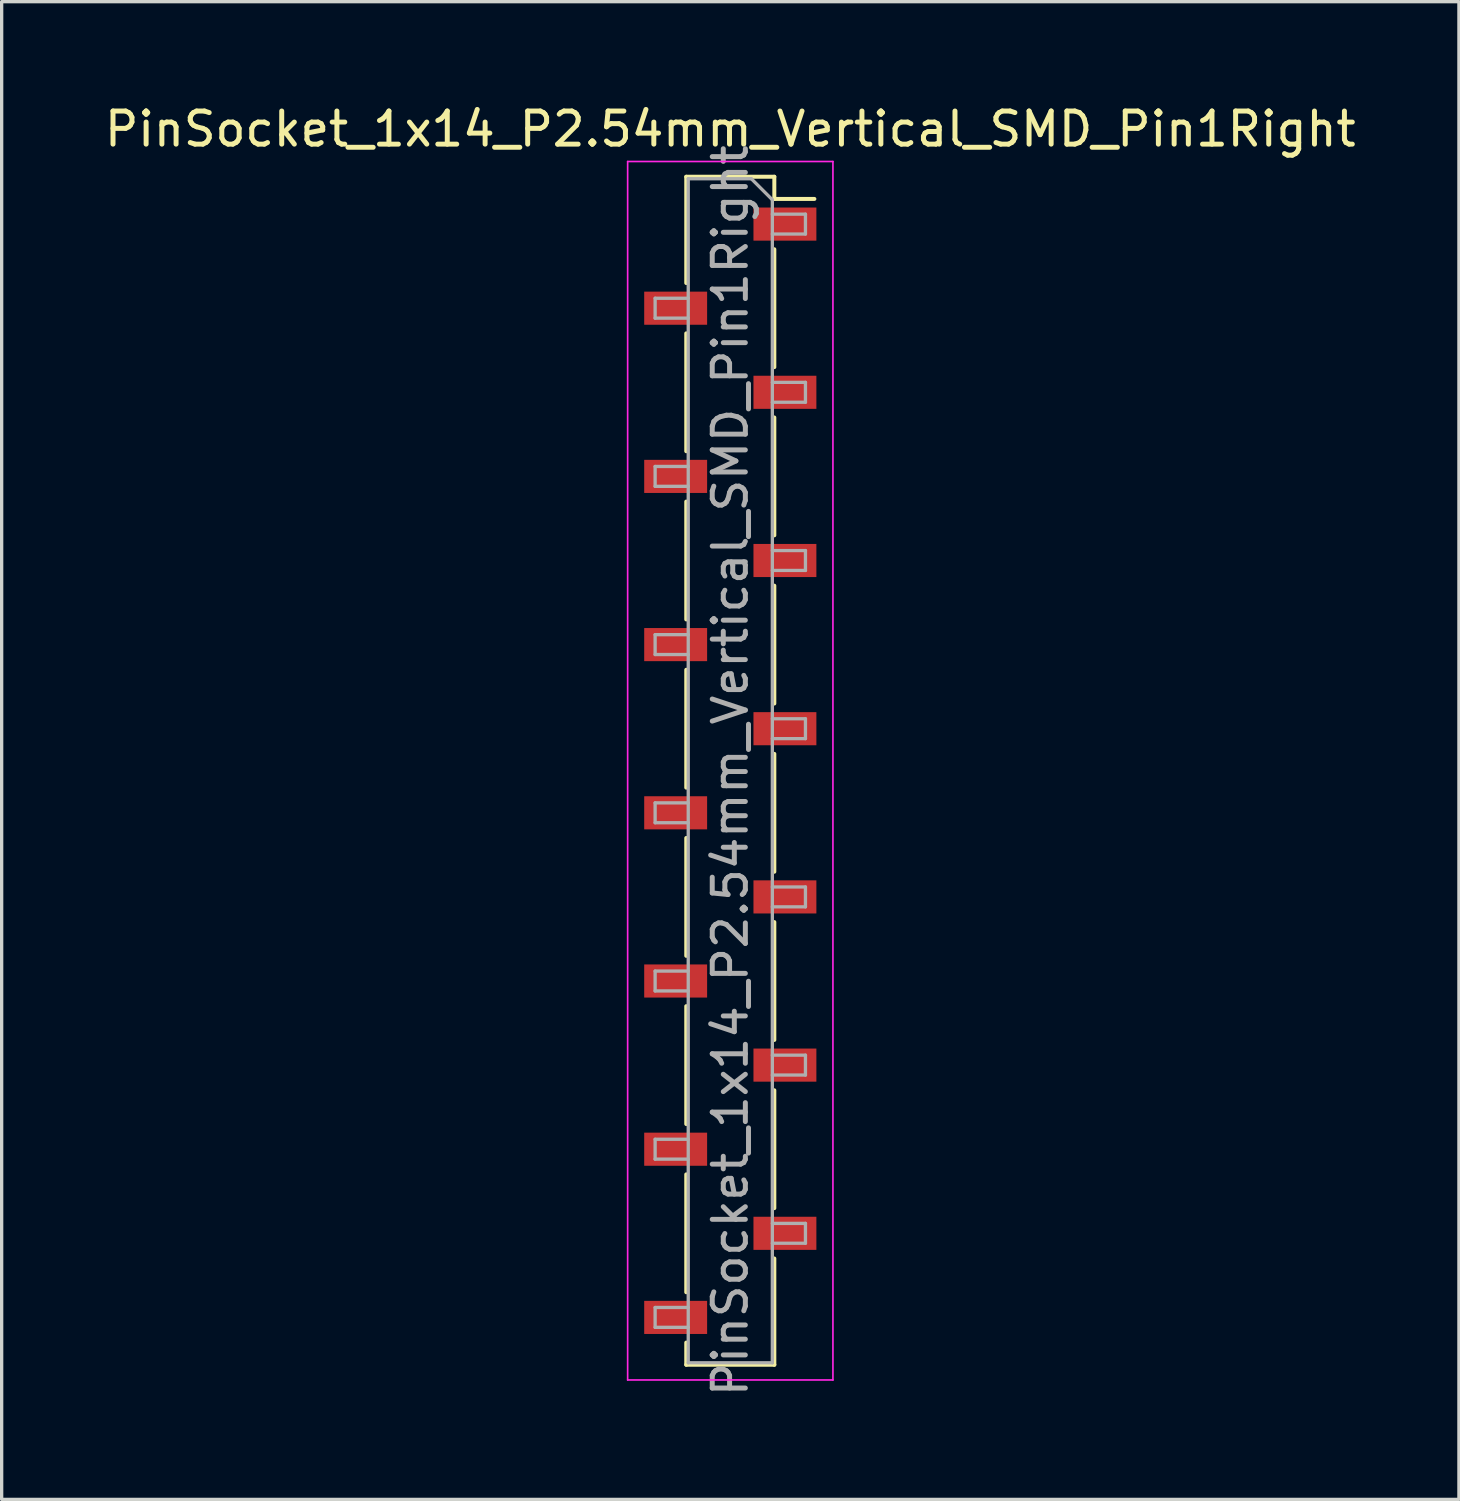
<source format=kicad_pcb>
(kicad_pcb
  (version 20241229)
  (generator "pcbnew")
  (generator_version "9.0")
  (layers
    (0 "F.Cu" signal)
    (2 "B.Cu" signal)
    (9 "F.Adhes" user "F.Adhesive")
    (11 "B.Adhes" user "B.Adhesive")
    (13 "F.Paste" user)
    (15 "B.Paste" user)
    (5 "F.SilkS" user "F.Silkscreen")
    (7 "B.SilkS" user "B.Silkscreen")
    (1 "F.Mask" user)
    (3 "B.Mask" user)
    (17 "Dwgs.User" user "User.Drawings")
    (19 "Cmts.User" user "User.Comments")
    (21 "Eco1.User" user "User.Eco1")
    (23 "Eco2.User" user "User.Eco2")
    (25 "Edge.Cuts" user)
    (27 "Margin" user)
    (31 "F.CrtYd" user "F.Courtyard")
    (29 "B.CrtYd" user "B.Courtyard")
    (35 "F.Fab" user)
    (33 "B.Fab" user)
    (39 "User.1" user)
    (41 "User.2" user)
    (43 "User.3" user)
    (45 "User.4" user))
  (footprint "PinSocket_1x14_P2.54mm_Vertical_SMD_Pin1Right"
    (layer "F.Cu")
    (at 19.006 20.228)
    (property "Reference" "PinSocket_1x14_P2.54mm_Vertical_SMD_Pin1Right" (at 0 -19.38 0) (layer "F.SilkS") (effects (font (size 1 1) (thickness 0.15))))
    (attr smd)
    (fp_line (start -1.33 -17.94) (end -1.33 -14.73) (stroke (width 0.12) (type solid)) (layer "F.SilkS"))
    (fp_line (start -1.33 -17.94) (end 1.33 -17.94) (stroke (width 0.12) (type solid)) (layer "F.SilkS"))
    (fp_line (start -1.33 -13.21) (end -1.33 -9.65) (stroke (width 0.12) (type solid)) (layer "F.SilkS"))
    (fp_line (start -1.33 -8.13) (end -1.33 -4.57) (stroke (width 0.12) (type solid)) (layer "F.SilkS"))
    (fp_line (start -1.33 -3.05) (end -1.33 0.51) (stroke (width 0.12) (type solid)) (layer "F.SilkS"))
    (fp_line (start -1.33 2.03) (end -1.33 5.59) (stroke (width 0.12) (type solid)) (layer "F.SilkS"))
    (fp_line (start -1.33 7.11) (end -1.33 10.67) (stroke (width 0.12) (type solid)) (layer "F.SilkS"))
    (fp_line (start -1.33 12.19) (end -1.33 15.75) (stroke (width 0.12) (type solid)) (layer "F.SilkS"))
    (fp_line (start -1.33 17.27) (end -1.33 17.94) (stroke (width 0.12) (type solid)) (layer "F.SilkS"))
    (fp_line (start -1.33 17.94) (end 1.33 17.94) (stroke (width 0.12) (type solid)) (layer "F.SilkS"))
    (fp_line (start 1.33 -17.94) (end 1.33 -17.27) (stroke (width 0.12) (type solid)) (layer "F.SilkS"))
    (fp_line (start 1.33 -17.27) (end 2.54 -17.27) (stroke (width 0.12) (type solid)) (layer "F.SilkS"))
    (fp_line (start 1.33 -15.75) (end 1.33 -12.19) (stroke (width 0.12) (type solid)) (layer "F.SilkS"))
    (fp_line (start 1.33 -10.67) (end 1.33 -7.11) (stroke (width 0.12) (type solid)) (layer "F.SilkS"))
    (fp_line (start 1.33 -5.59) (end 1.33 -2.03) (stroke (width 0.12) (type solid)) (layer "F.SilkS"))
    (fp_line (start 1.33 -0.51) (end 1.33 3.05) (stroke (width 0.12) (type solid)) (layer "F.SilkS"))
    (fp_line (start 1.33 4.57) (end 1.33 8.13) (stroke (width 0.12) (type solid)) (layer "F.SilkS"))
    (fp_line (start 1.33 9.65) (end 1.33 13.21) (stroke (width 0.12) (type solid)) (layer "F.SilkS"))
    (fp_line (start 1.33 14.73) (end 1.33 17.94) (stroke (width 0.12) (type solid)) (layer "F.SilkS"))
    (fp_line (start -3.1 -18.4) (end 3.1 -18.4) (stroke (width 0.05) (type solid)) (layer "F.CrtYd"))
    (fp_line (start -3.1 18.4) (end -3.1 -18.4) (stroke (width 0.05) (type solid)) (layer "F.CrtYd"))
    (fp_line (start 3.1 -18.4) (end 3.1 18.4) (stroke (width 0.05) (type solid)) (layer "F.CrtYd"))
    (fp_line (start 3.1 18.4) (end -3.1 18.4) (stroke (width 0.05) (type solid)) (layer "F.CrtYd"))
    (fp_line (start -2.27 -14.27) (end -1.27 -14.27) (stroke (width 0.1) (type solid)) (layer "F.Fab"))
    (fp_line (start -2.27 -13.67) (end -2.27 -14.27) (stroke (width 0.1) (type solid)) (layer "F.Fab"))
    (fp_line (start -2.27 -9.19) (end -1.27 -9.19) (stroke (width 0.1) (type solid)) (layer "F.Fab"))
    (fp_line (start -2.27 -8.59) (end -2.27 -9.19) (stroke (width 0.1) (type solid)) (layer "F.Fab"))
    (fp_line (start -2.27 -4.11) (end -1.27 -4.11) (stroke (width 0.1) (type solid)) (layer "F.Fab"))
    (fp_line (start -2.27 -3.51) (end -2.27 -4.11) (stroke (width 0.1) (type solid)) (layer "F.Fab"))
    (fp_line (start -2.27 0.97) (end -1.27 0.97) (stroke (width 0.1) (type solid)) (layer "F.Fab"))
    (fp_line (start -2.27 1.57) (end -2.27 0.97) (stroke (width 0.1) (type solid)) (layer "F.Fab"))
    (fp_line (start -2.27 6.05) (end -1.27 6.05) (stroke (width 0.1) (type solid)) (layer "F.Fab"))
    (fp_line (start -2.27 6.65) (end -2.27 6.05) (stroke (width 0.1) (type solid)) (layer "F.Fab"))
    (fp_line (start -2.27 11.13) (end -1.27 11.13) (stroke (width 0.1) (type solid)) (layer "F.Fab"))
    (fp_line (start -2.27 11.73) (end -2.27 11.13) (stroke (width 0.1) (type solid)) (layer "F.Fab"))
    (fp_line (start -2.27 16.21) (end -1.27 16.21) (stroke (width 0.1) (type solid)) (layer "F.Fab"))
    (fp_line (start -2.27 16.81) (end -2.27 16.21) (stroke (width 0.1) (type solid)) (layer "F.Fab"))
    (fp_line (start -1.27 -17.88) (end 0.635 -17.88) (stroke (width 0.1) (type solid)) (layer "F.Fab"))
    (fp_line (start -1.27 -13.67) (end -2.27 -13.67) (stroke (width 0.1) (type solid)) (layer "F.Fab"))
    (fp_line (start -1.27 -8.59) (end -2.27 -8.59) (stroke (width 0.1) (type solid)) (layer "F.Fab"))
    (fp_line (start -1.27 -3.51) (end -2.27 -3.51) (stroke (width 0.1) (type solid)) (layer "F.Fab"))
    (fp_line (start -1.27 1.57) (end -2.27 1.57) (stroke (width 0.1) (type solid)) (layer "F.Fab"))
    (fp_line (start -1.27 6.65) (end -2.27 6.65) (stroke (width 0.1) (type solid)) (layer "F.Fab"))
    (fp_line (start -1.27 11.73) (end -2.27 11.73) (stroke (width 0.1) (type solid)) (layer "F.Fab"))
    (fp_line (start -1.27 16.81) (end -2.27 16.81) (stroke (width 0.1) (type solid)) (layer "F.Fab"))
    (fp_line (start -1.27 17.88) (end -1.27 -17.88) (stroke (width 0.1) (type solid)) (layer "F.Fab"))
    (fp_line (start 0.635 -17.88) (end 1.27 -17.245) (stroke (width 0.1) (type solid)) (layer "F.Fab"))
    (fp_line (start 1.27 -17.245) (end 1.27 17.88) (stroke (width 0.1) (type solid)) (layer "F.Fab"))
    (fp_line (start 1.27 -16.81) (end 2.27 -16.81) (stroke (width 0.1) (type solid)) (layer "F.Fab"))
    (fp_line (start 1.27 -11.73) (end 2.27 -11.73) (stroke (width 0.1) (type solid)) (layer "F.Fab"))
    (fp_line (start 1.27 -6.65) (end 2.27 -6.65) (stroke (width 0.1) (type solid)) (layer "F.Fab"))
    (fp_line (start 1.27 -1.57) (end 2.27 -1.57) (stroke (width 0.1) (type solid)) (layer "F.Fab"))
    (fp_line (start 1.27 3.51) (end 2.27 3.51) (stroke (width 0.1) (type solid)) (layer "F.Fab"))
    (fp_line (start 1.27 8.59) (end 2.27 8.59) (stroke (width 0.1) (type solid)) (layer "F.Fab"))
    (fp_line (start 1.27 13.67) (end 2.27 13.67) (stroke (width 0.1) (type solid)) (layer "F.Fab"))
    (fp_line (start 1.27 17.88) (end -1.27 17.88) (stroke (width 0.1) (type solid)) (layer "F.Fab"))
    (fp_line (start 2.27 -16.81) (end 2.27 -16.21) (stroke (width 0.1) (type solid)) (layer "F.Fab"))
    (fp_line (start 2.27 -16.21) (end 1.27 -16.21) (stroke (width 0.1) (type solid)) (layer "F.Fab"))
    (fp_line (start 2.27 -11.73) (end 2.27 -11.13) (stroke (width 0.1) (type solid)) (layer "F.Fab"))
    (fp_line (start 2.27 -11.13) (end 1.27 -11.13) (stroke (width 0.1) (type solid)) (layer "F.Fab"))
    (fp_line (start 2.27 -6.65) (end 2.27 -6.05) (stroke (width 0.1) (type solid)) (layer "F.Fab"))
    (fp_line (start 2.27 -6.05) (end 1.27 -6.05) (stroke (width 0.1) (type solid)) (layer "F.Fab"))
    (fp_line (start 2.27 -1.57) (end 2.27 -0.97) (stroke (width 0.1) (type solid)) (layer "F.Fab"))
    (fp_line (start 2.27 -0.97) (end 1.27 -0.97) (stroke (width 0.1) (type solid)) (layer "F.Fab"))
    (fp_line (start 2.27 3.51) (end 2.27 4.11) (stroke (width 0.1) (type solid)) (layer "F.Fab"))
    (fp_line (start 2.27 4.11) (end 1.27 4.11) (stroke (width 0.1) (type solid)) (layer "F.Fab"))
    (fp_line (start 2.27 8.59) (end 2.27 9.19) (stroke (width 0.1) (type solid)) (layer "F.Fab"))
    (fp_line (start 2.27 9.19) (end 1.27 9.19) (stroke (width 0.1) (type solid)) (layer "F.Fab"))
    (fp_line (start 2.27 13.67) (end 2.27 14.27) (stroke (width 0.1) (type solid)) (layer "F.Fab"))
    (fp_line (start 2.27 14.27) (end 1.27 14.27) (stroke (width 0.1) (type solid)) (layer "F.Fab"))
    (fp_text user "${REFERENCE}" (at 0 0 90) (layer "F.Fab") (effects (font (size 1 1) (thickness 0.15))))
    (pad "1" smd rect (at 1.65 -16.51) (size 1.9 1) (layers "F.Cu" "F.Mask" "F.Paste"))
    (pad "2" smd rect (at -1.65 -13.97) (size 1.9 1) (layers "F.Cu" "F.Mask" "F.Paste"))
    (pad "3" smd rect (at 1.65 -11.43) (size 1.9 1) (layers "F.Cu" "F.Mask" "F.Paste"))
    (pad "4" smd rect (at -1.65 -8.89) (size 1.9 1) (layers "F.Cu" "F.Mask" "F.Paste"))
    (pad "5" smd rect (at 1.65 -6.35) (size 1.9 1) (layers "F.Cu" "F.Mask" "F.Paste"))
    (pad "6" smd rect (at -1.65 -3.81) (size 1.9 1) (layers "F.Cu" "F.Mask" "F.Paste"))
    (pad "7" smd rect (at 1.65 -1.27) (size 1.9 1) (layers "F.Cu" "F.Mask" "F.Paste"))
    (pad "8" smd rect (at -1.65 1.27) (size 1.9 1) (layers "F.Cu" "F.Mask" "F.Paste"))
    (pad "9" smd rect (at 1.65 3.81) (size 1.9 1) (layers "F.Cu" "F.Mask" "F.Paste"))
    (pad "10" smd rect (at -1.65 6.35) (size 1.9 1) (layers "F.Cu" "F.Mask" "F.Paste"))
    (pad "11" smd rect (at 1.65 8.89) (size 1.9 1) (layers "F.Cu" "F.Mask" "F.Paste"))
    (pad "12" smd rect (at -1.65 11.43) (size 1.9 1) (layers "F.Cu" "F.Mask" "F.Paste"))
    (pad "13" smd rect (at 1.65 13.97) (size 1.9 1) (layers "F.Cu" "F.Mask" "F.Paste"))
    (pad "14" smd rect (at -1.65 16.51) (size 1.9 1) (layers "F.Cu" "F.Mask" "F.Paste")))
  (gr_rect
    (start -3 -3)
    (end 41.012 42.234)
    (stroke (width 0.1) (type default))
    (fill no)
    (layer "Edge.Cuts")))
</source>
